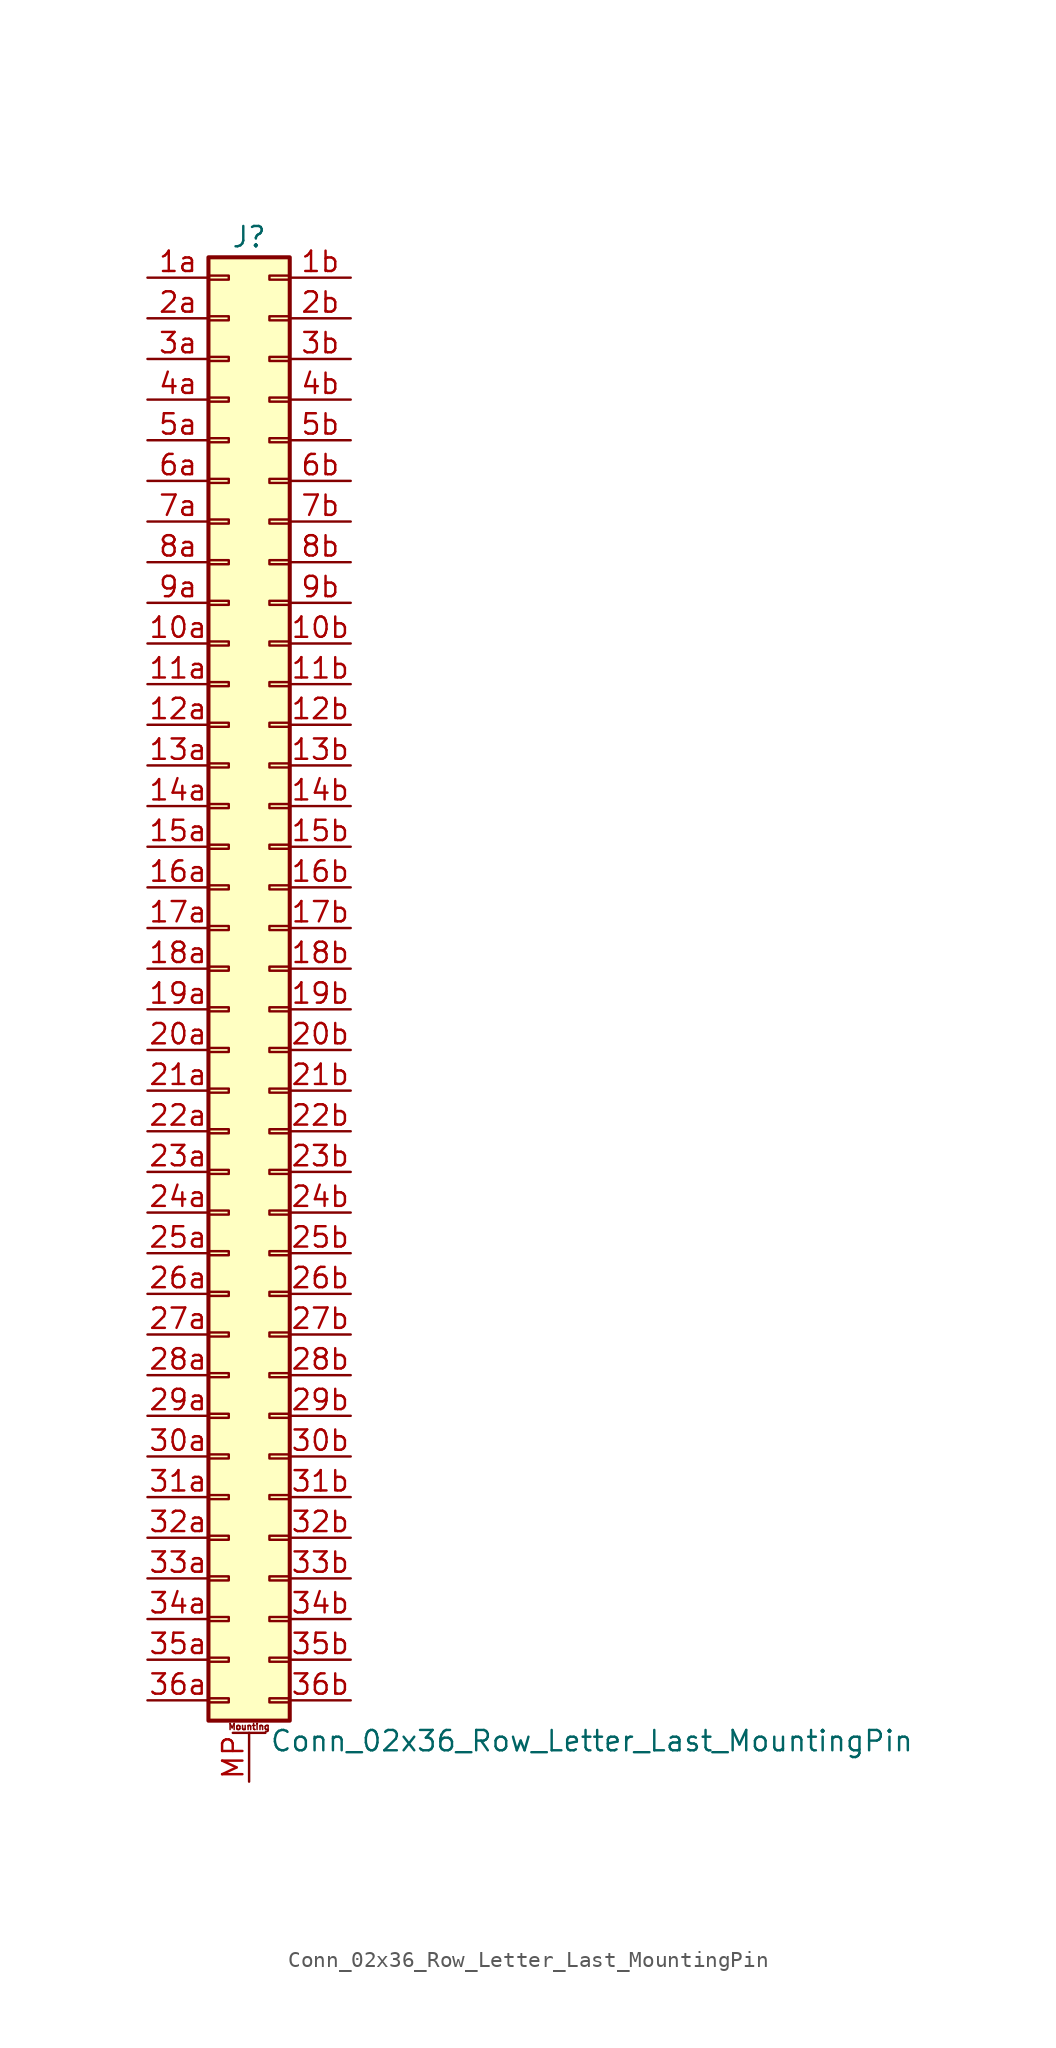
<source format=kicad_sym>
(kicad_symbol_lib
  (version 20201005)
  (generator kicad_symbol_editor)
  (symbol "Conn_02x36_Row_Letter_Last_MountingPin"
    (pin_names
      (offset 1.016) hide)
    (property "Reference" "J"
      (at 1.27 45.72 0)
      (effects (font (size 1.27 1.27))))
    (property "Value" "Conn_02x36_Row_Letter_Last_MountingPin"
      (at 2.54 -48.26 0)
      (effects (font (size 1.27 1.27)) (justify left)))
    (symbol "Conn_02x36_Row_Letter_Last_MountingPin_1_1"
      (text "Mounting" (at 1.27 -47.371 0) (effects (font (size 0.381 0.381))))
      (rectangle (start -1.27 -45.593) (end 0 -45.847) (stroke (width 0.152)) (fill (type none)))
      (rectangle (start -1.27 -43.053) (end 0 -43.307) (stroke (width 0.152)) (fill (type none)))
      (rectangle (start -1.27 -40.513) (end 0 -40.767) (stroke (width 0.152)) (fill (type none)))
      (rectangle (start -1.27 -37.973) (end 0 -38.227) (stroke (width 0.152)) (fill (type none)))
      (rectangle (start -1.27 -35.433) (end 0 -35.687) (stroke (width 0.152)) (fill (type none)))
      (rectangle (start -1.27 -32.893) (end 0 -33.147) (stroke (width 0.152)) (fill (type none)))
      (rectangle (start -1.27 -30.353) (end 0 -30.607) (stroke (width 0.152)) (fill (type none)))
      (rectangle (start -1.27 -27.813) (end 0 -28.067) (stroke (width 0.152)) (fill (type none)))
      (rectangle (start -1.27 -25.273) (end 0 -25.527) (stroke (width 0.152)) (fill (type none)))
      (rectangle (start -1.27 -22.733) (end 0 -22.987) (stroke (width 0.152)) (fill (type none)))
      (rectangle (start -1.27 -20.193) (end 0 -20.447) (stroke (width 0.152)) (fill (type none)))
      (rectangle (start -1.27 -17.653) (end 0 -17.907) (stroke (width 0.152)) (fill (type none)))
      (rectangle (start -1.27 -15.113) (end 0 -15.367) (stroke (width 0.152)) (fill (type none)))
      (rectangle (start -1.27 -12.573) (end 0 -12.827) (stroke (width 0.152)) (fill (type none)))
      (rectangle (start -1.27 -10.033) (end 0 -10.287) (stroke (width 0.152)) (fill (type none)))
      (rectangle (start -1.27 -7.493) (end 0 -7.747) (stroke (width 0.152)) (fill (type none)))
      (rectangle (start -1.27 -4.953) (end 0 -5.207) (stroke (width 0.152)) (fill (type none)))
      (rectangle (start -1.27 -2.413) (end 0 -2.667) (stroke (width 0.152)) (fill (type none)))
      (rectangle (start -1.27 0.127) (end 0 -0.127) (stroke (width 0.152)) (fill (type none)))
      (rectangle (start -1.27 2.667) (end 0 2.413) (stroke (width 0.152)) (fill (type none)))
      (rectangle (start -1.27 5.207) (end 0 4.953) (stroke (width 0.152)) (fill (type none)))
      (rectangle (start -1.27 7.747) (end 0 7.493) (stroke (width 0.152)) (fill (type none)))
      (rectangle (start -1.27 10.287) (end 0 10.033) (stroke (width 0.152)) (fill (type none)))
      (rectangle (start -1.27 12.827) (end 0 12.573) (stroke (width 0.152)) (fill (type none)))
      (rectangle (start -1.27 15.367) (end 0 15.113) (stroke (width 0.152)) (fill (type none)))
      (rectangle (start -1.27 17.907) (end 0 17.653) (stroke (width 0.152)) (fill (type none)))
      (rectangle (start -1.27 20.447) (end 0 20.193) (stroke (width 0.152)) (fill (type none)))
      (rectangle (start -1.27 22.987) (end 0 22.733) (stroke (width 0.152)) (fill (type none)))
      (rectangle (start -1.27 25.527) (end 0 25.273) (stroke (width 0.152)) (fill (type none)))
      (rectangle (start -1.27 28.067) (end 0 27.813) (stroke (width 0.152)) (fill (type none)))
      (rectangle (start -1.27 30.607) (end 0 30.353) (stroke (width 0.152)) (fill (type none)))
      (rectangle (start -1.27 33.147) (end 0 32.893) (stroke (width 0.152)) (fill (type none)))
      (rectangle (start -1.27 35.687) (end 0 35.433) (stroke (width 0.152)) (fill (type none)))
      (rectangle (start -1.27 38.227) (end 0 37.973) (stroke (width 0.152)) (fill (type none)))
      (rectangle (start -1.27 40.767) (end 0 40.513) (stroke (width 0.152)) (fill (type none)))
      (rectangle (start -1.27 43.307) (end 0 43.053) (stroke (width 0.152)) (fill (type none)))
      (rectangle (start 3.81 -45.593) (end 2.54 -45.847) (stroke (width 0.152)) (fill (type none)))
      (rectangle (start 3.81 -43.053) (end 2.54 -43.307) (stroke (width 0.152)) (fill (type none)))
      (rectangle (start 3.81 -40.513) (end 2.54 -40.767) (stroke (width 0.152)) (fill (type none)))
      (rectangle (start 3.81 -37.973) (end 2.54 -38.227) (stroke (width 0.152)) (fill (type none)))
      (rectangle (start 3.81 -35.433) (end 2.54 -35.687) (stroke (width 0.152)) (fill (type none)))
      (rectangle (start 3.81 -32.893) (end 2.54 -33.147) (stroke (width 0.152)) (fill (type none)))
      (rectangle (start 3.81 -30.353) (end 2.54 -30.607) (stroke (width 0.152)) (fill (type none)))
      (rectangle (start 3.81 -27.813) (end 2.54 -28.067) (stroke (width 0.152)) (fill (type none)))
      (rectangle (start 3.81 -25.273) (end 2.54 -25.527) (stroke (width 0.152)) (fill (type none)))
      (rectangle (start 3.81 -22.733) (end 2.54 -22.987) (stroke (width 0.152)) (fill (type none)))
      (rectangle (start 3.81 -20.193) (end 2.54 -20.447) (stroke (width 0.152)) (fill (type none)))
      (rectangle (start 3.81 -17.653) (end 2.54 -17.907) (stroke (width 0.152)) (fill (type none)))
      (rectangle (start 3.81 -15.113) (end 2.54 -15.367) (stroke (width 0.152)) (fill (type none)))
      (rectangle (start 3.81 -12.573) (end 2.54 -12.827) (stroke (width 0.152)) (fill (type none)))
      (rectangle (start 3.81 -10.033) (end 2.54 -10.287) (stroke (width 0.152)) (fill (type none)))
      (rectangle (start 3.81 -7.493) (end 2.54 -7.747) (stroke (width 0.152)) (fill (type none)))
      (rectangle (start 3.81 -4.953) (end 2.54 -5.207) (stroke (width 0.152)) (fill (type none)))
      (rectangle (start 3.81 -2.413) (end 2.54 -2.667) (stroke (width 0.152)) (fill (type none)))
      (rectangle (start 3.81 0.127) (end 2.54 -0.127) (stroke (width 0.152)) (fill (type none)))
      (rectangle (start 3.81 2.667) (end 2.54 2.413) (stroke (width 0.152)) (fill (type none)))
      (rectangle (start 3.81 5.207) (end 2.54 4.953) (stroke (width 0.152)) (fill (type none)))
      (rectangle (start 3.81 7.747) (end 2.54 7.493) (stroke (width 0.152)) (fill (type none)))
      (rectangle (start 3.81 10.287) (end 2.54 10.033) (stroke (width 0.152)) (fill (type none)))
      (rectangle (start 3.81 12.827) (end 2.54 12.573) (stroke (width 0.152)) (fill (type none)))
      (rectangle (start 3.81 15.367) (end 2.54 15.113) (stroke (width 0.152)) (fill (type none)))
      (rectangle (start 3.81 17.907) (end 2.54 17.653) (stroke (width 0.152)) (fill (type none)))
      (rectangle (start 3.81 20.447) (end 2.54 20.193) (stroke (width 0.152)) (fill (type none)))
      (rectangle (start 3.81 22.987) (end 2.54 22.733) (stroke (width 0.152)) (fill (type none)))
      (rectangle (start 3.81 25.527) (end 2.54 25.273) (stroke (width 0.152)) (fill (type none)))
      (rectangle (start 3.81 28.067) (end 2.54 27.813) (stroke (width 0.152)) (fill (type none)))
      (rectangle (start 3.81 30.607) (end 2.54 30.353) (stroke (width 0.152)) (fill (type none)))
      (rectangle (start 3.81 33.147) (end 2.54 32.893) (stroke (width 0.152)) (fill (type none)))
      (rectangle (start 3.81 35.687) (end 2.54 35.433) (stroke (width 0.152)) (fill (type none)))
      (rectangle (start 3.81 38.227) (end 2.54 37.973) (stroke (width 0.152)) (fill (type none)))
      (rectangle (start 3.81 40.767) (end 2.54 40.513) (stroke (width 0.152)) (fill (type none)))
      (rectangle (start 3.81 43.307) (end 2.54 43.053) (stroke (width 0.152)) (fill (type none)))
      (rectangle (start -1.27 44.45) (end 3.81 -46.99) (stroke (width 0.254)) (fill (type background)))
      (polyline (pts (xy 0.254 -47.752) (xy 2.286 -47.752)) (stroke (width 0.152)) (fill (type none)))
      (pin passive line (at -5.08 20.32 0) (length 3.81) (name "Pin_10a" (effects (font (size 1.27 1.27)))) (number "10a" (effects (font (size 1.27 1.27)))))
      (pin passive line (at 7.62 20.32 180) (length 3.81) (name "Pin_10b" (effects (font (size 1.27 1.27)))) (number "10b" (effects (font (size 1.27 1.27)))))
      (pin passive line (at -5.08 17.78 0) (length 3.81) (name "Pin_11a" (effects (font (size 1.27 1.27)))) (number "11a" (effects (font (size 1.27 1.27)))))
      (pin passive line (at 7.62 17.78 180) (length 3.81) (name "Pin_11b" (effects (font (size 1.27 1.27)))) (number "11b" (effects (font (size 1.27 1.27)))))
      (pin passive line (at -5.08 15.24 0) (length 3.81) (name "Pin_12a" (effects (font (size 1.27 1.27)))) (number "12a" (effects (font (size 1.27 1.27)))))
      (pin passive line (at 7.62 15.24 180) (length 3.81) (name "Pin_12b" (effects (font (size 1.27 1.27)))) (number "12b" (effects (font (size 1.27 1.27)))))
      (pin passive line (at -5.08 12.7 0) (length 3.81) (name "Pin_13a" (effects (font (size 1.27 1.27)))) (number "13a" (effects (font (size 1.27 1.27)))))
      (pin passive line (at 7.62 12.7 180) (length 3.81) (name "Pin_13b" (effects (font (size 1.27 1.27)))) (number "13b" (effects (font (size 1.27 1.27)))))
      (pin passive line (at -5.08 10.16 0) (length 3.81) (name "Pin_14a" (effects (font (size 1.27 1.27)))) (number "14a" (effects (font (size 1.27 1.27)))))
      (pin passive line (at 7.62 10.16 180) (length 3.81) (name "Pin_14b" (effects (font (size 1.27 1.27)))) (number "14b" (effects (font (size 1.27 1.27)))))
      (pin passive line (at -5.08 7.62 0) (length 3.81) (name "Pin_15a" (effects (font (size 1.27 1.27)))) (number "15a" (effects (font (size 1.27 1.27)))))
      (pin passive line (at 7.62 7.62 180) (length 3.81) (name "Pin_15b" (effects (font (size 1.27 1.27)))) (number "15b" (effects (font (size 1.27 1.27)))))
      (pin passive line (at -5.08 5.08 0) (length 3.81) (name "Pin_16a" (effects (font (size 1.27 1.27)))) (number "16a" (effects (font (size 1.27 1.27)))))
      (pin passive line (at 7.62 5.08 180) (length 3.81) (name "Pin_16b" (effects (font (size 1.27 1.27)))) (number "16b" (effects (font (size 1.27 1.27)))))
      (pin passive line (at -5.08 2.54 0) (length 3.81) (name "Pin_17a" (effects (font (size 1.27 1.27)))) (number "17a" (effects (font (size 1.27 1.27)))))
      (pin passive line (at 7.62 2.54 180) (length 3.81) (name "Pin_17b" (effects (font (size 1.27 1.27)))) (number "17b" (effects (font (size 1.27 1.27)))))
      (pin passive line (at -5.08 0 0) (length 3.81) (name "Pin_18a" (effects (font (size 1.27 1.27)))) (number "18a" (effects (font (size 1.27 1.27)))))
      (pin passive line (at 7.62 0 180) (length 3.81) (name "Pin_18b" (effects (font (size 1.27 1.27)))) (number "18b" (effects (font (size 1.27 1.27)))))
      (pin passive line (at -5.08 -2.54 0) (length 3.81) (name "Pin_19a" (effects (font (size 1.27 1.27)))) (number "19a" (effects (font (size 1.27 1.27)))))
      (pin passive line (at 7.62 -2.54 180) (length 3.81) (name "Pin_19b" (effects (font (size 1.27 1.27)))) (number "19b" (effects (font (size 1.27 1.27)))))
      (pin passive line (at -5.08 43.18 0) (length 3.81) (name "Pin_1a" (effects (font (size 1.27 1.27)))) (number "1a" (effects (font (size 1.27 1.27)))))
      (pin passive line (at 7.62 43.18 180) (length 3.81) (name "Pin_1b" (effects (font (size 1.27 1.27)))) (number "1b" (effects (font (size 1.27 1.27)))))
      (pin passive line (at -5.08 -5.08 0) (length 3.81) (name "Pin_20a" (effects (font (size 1.27 1.27)))) (number "20a" (effects (font (size 1.27 1.27)))))
      (pin passive line (at 7.62 -5.08 180) (length 3.81) (name "Pin_20b" (effects (font (size 1.27 1.27)))) (number "20b" (effects (font (size 1.27 1.27)))))
      (pin passive line (at -5.08 -7.62 0) (length 3.81) (name "Pin_21a" (effects (font (size 1.27 1.27)))) (number "21a" (effects (font (size 1.27 1.27)))))
      (pin passive line (at 7.62 -7.62 180) (length 3.81) (name "Pin_21b" (effects (font (size 1.27 1.27)))) (number "21b" (effects (font (size 1.27 1.27)))))
      (pin passive line (at -5.08 -10.16 0) (length 3.81) (name "Pin_22a" (effects (font (size 1.27 1.27)))) (number "22a" (effects (font (size 1.27 1.27)))))
      (pin passive line (at 7.62 -10.16 180) (length 3.81) (name "Pin_22b" (effects (font (size 1.27 1.27)))) (number "22b" (effects (font (size 1.27 1.27)))))
      (pin passive line (at -5.08 -12.7 0) (length 3.81) (name "Pin_23a" (effects (font (size 1.27 1.27)))) (number "23a" (effects (font (size 1.27 1.27)))))
      (pin passive line (at 7.62 -12.7 180) (length 3.81) (name "Pin_23b" (effects (font (size 1.27 1.27)))) (number "23b" (effects (font (size 1.27 1.27)))))
      (pin passive line (at -5.08 -15.24 0) (length 3.81) (name "Pin_24a" (effects (font (size 1.27 1.27)))) (number "24a" (effects (font (size 1.27 1.27)))))
      (pin passive line (at 7.62 -15.24 180) (length 3.81) (name "Pin_24b" (effects (font (size 1.27 1.27)))) (number "24b" (effects (font (size 1.27 1.27)))))
      (pin passive line (at -5.08 -17.78 0) (length 3.81) (name "Pin_25a" (effects (font (size 1.27 1.27)))) (number "25a" (effects (font (size 1.27 1.27)))))
      (pin passive line (at 7.62 -17.78 180) (length 3.81) (name "Pin_25b" (effects (font (size 1.27 1.27)))) (number "25b" (effects (font (size 1.27 1.27)))))
      (pin passive line (at -5.08 -20.32 0) (length 3.81) (name "Pin_26a" (effects (font (size 1.27 1.27)))) (number "26a" (effects (font (size 1.27 1.27)))))
      (pin passive line (at 7.62 -20.32 180) (length 3.81) (name "Pin_26b" (effects (font (size 1.27 1.27)))) (number "26b" (effects (font (size 1.27 1.27)))))
      (pin passive line (at -5.08 -22.86 0) (length 3.81) (name "Pin_27a" (effects (font (size 1.27 1.27)))) (number "27a" (effects (font (size 1.27 1.27)))))
      (pin passive line (at 7.62 -22.86 180) (length 3.81) (name "Pin_27b" (effects (font (size 1.27 1.27)))) (number "27b" (effects (font (size 1.27 1.27)))))
      (pin passive line (at -5.08 -25.4 0) (length 3.81) (name "Pin_28a" (effects (font (size 1.27 1.27)))) (number "28a" (effects (font (size 1.27 1.27)))))
      (pin passive line (at 7.62 -25.4 180) (length 3.81) (name "Pin_28b" (effects (font (size 1.27 1.27)))) (number "28b" (effects (font (size 1.27 1.27)))))
      (pin passive line (at -5.08 -27.94 0) (length 3.81) (name "Pin_29a" (effects (font (size 1.27 1.27)))) (number "29a" (effects (font (size 1.27 1.27)))))
      (pin passive line (at 7.62 -27.94 180) (length 3.81) (name "Pin_29b" (effects (font (size 1.27 1.27)))) (number "29b" (effects (font (size 1.27 1.27)))))
      (pin passive line (at -5.08 40.64 0) (length 3.81) (name "Pin_2a" (effects (font (size 1.27 1.27)))) (number "2a" (effects (font (size 1.27 1.27)))))
      (pin passive line (at 7.62 40.64 180) (length 3.81) (name "Pin_2b" (effects (font (size 1.27 1.27)))) (number "2b" (effects (font (size 1.27 1.27)))))
      (pin passive line (at -5.08 -30.48 0) (length 3.81) (name "Pin_30a" (effects (font (size 1.27 1.27)))) (number "30a" (effects (font (size 1.27 1.27)))))
      (pin passive line (at 7.62 -30.48 180) (length 3.81) (name "Pin_30b" (effects (font (size 1.27 1.27)))) (number "30b" (effects (font (size 1.27 1.27)))))
      (pin passive line (at -5.08 -33.02 0) (length 3.81) (name "Pin_31a" (effects (font (size 1.27 1.27)))) (number "31a" (effects (font (size 1.27 1.27)))))
      (pin passive line (at 7.62 -33.02 180) (length 3.81) (name "Pin_31b" (effects (font (size 1.27 1.27)))) (number "31b" (effects (font (size 1.27 1.27)))))
      (pin passive line (at -5.08 -35.56 0) (length 3.81) (name "Pin_32a" (effects (font (size 1.27 1.27)))) (number "32a" (effects (font (size 1.27 1.27)))))
      (pin passive line (at 7.62 -35.56 180) (length 3.81) (name "Pin_32b" (effects (font (size 1.27 1.27)))) (number "32b" (effects (font (size 1.27 1.27)))))
      (pin passive line (at -5.08 -38.1 0) (length 3.81) (name "Pin_33a" (effects (font (size 1.27 1.27)))) (number "33a" (effects (font (size 1.27 1.27)))))
      (pin passive line (at 7.62 -38.1 180) (length 3.81) (name "Pin_33b" (effects (font (size 1.27 1.27)))) (number "33b" (effects (font (size 1.27 1.27)))))
      (pin passive line (at -5.08 -40.64 0) (length 3.81) (name "Pin_34a" (effects (font (size 1.27 1.27)))) (number "34a" (effects (font (size 1.27 1.27)))))
      (pin passive line (at 7.62 -40.64 180) (length 3.81) (name "Pin_34b" (effects (font (size 1.27 1.27)))) (number "34b" (effects (font (size 1.27 1.27)))))
      (pin passive line (at -5.08 -43.18 0) (length 3.81) (name "Pin_35a" (effects (font (size 1.27 1.27)))) (number "35a" (effects (font (size 1.27 1.27)))))
      (pin passive line (at 7.62 -43.18 180) (length 3.81) (name "Pin_35b" (effects (font (size 1.27 1.27)))) (number "35b" (effects (font (size 1.27 1.27)))))
      (pin passive line (at -5.08 -45.72 0) (length 3.81) (name "Pin_36a" (effects (font (size 1.27 1.27)))) (number "36a" (effects (font (size 1.27 1.27)))))
      (pin passive line (at 7.62 -45.72 180) (length 3.81) (name "Pin_36b" (effects (font (size 1.27 1.27)))) (number "36b" (effects (font (size 1.27 1.27)))))
      (pin passive line (at -5.08 38.1 0) (length 3.81) (name "Pin_3a" (effects (font (size 1.27 1.27)))) (number "3a" (effects (font (size 1.27 1.27)))))
      (pin passive line (at 7.62 38.1 180) (length 3.81) (name "Pin_3b" (effects (font (size 1.27 1.27)))) (number "3b" (effects (font (size 1.27 1.27)))))
      (pin passive line (at -5.08 35.56 0) (length 3.81) (name "Pin_4a" (effects (font (size 1.27 1.27)))) (number "4a" (effects (font (size 1.27 1.27)))))
      (pin passive line (at 7.62 35.56 180) (length 3.81) (name "Pin_4b" (effects (font (size 1.27 1.27)))) (number "4b" (effects (font (size 1.27 1.27)))))
      (pin passive line (at -5.08 33.02 0) (length 3.81) (name "Pin_5a" (effects (font (size 1.27 1.27)))) (number "5a" (effects (font (size 1.27 1.27)))))
      (pin passive line (at 7.62 33.02 180) (length 3.81) (name "Pin_5b" (effects (font (size 1.27 1.27)))) (number "5b" (effects (font (size 1.27 1.27)))))
      (pin passive line (at -5.08 30.48 0) (length 3.81) (name "Pin_6a" (effects (font (size 1.27 1.27)))) (number "6a" (effects (font (size 1.27 1.27)))))
      (pin passive line (at 7.62 30.48 180) (length 3.81) (name "Pin_6b" (effects (font (size 1.27 1.27)))) (number "6b" (effects (font (size 1.27 1.27)))))
      (pin passive line (at -5.08 27.94 0) (length 3.81) (name "Pin_7a" (effects (font (size 1.27 1.27)))) (number "7a" (effects (font (size 1.27 1.27)))))
      (pin passive line (at 7.62 27.94 180) (length 3.81) (name "Pin_7b" (effects (font (size 1.27 1.27)))) (number "7b" (effects (font (size 1.27 1.27)))))
      (pin passive line (at -5.08 25.4 0) (length 3.81) (name "Pin_8a" (effects (font (size 1.27 1.27)))) (number "8a" (effects (font (size 1.27 1.27)))))
      (pin passive line (at 7.62 25.4 180) (length 3.81) (name "Pin_8b" (effects (font (size 1.27 1.27)))) (number "8b" (effects (font (size 1.27 1.27)))))
      (pin passive line (at -5.08 22.86 0) (length 3.81) (name "Pin_9a" (effects (font (size 1.27 1.27)))) (number "9a" (effects (font (size 1.27 1.27)))))
      (pin passive line (at 7.62 22.86 180) (length 3.81) (name "Pin_9b" (effects (font (size 1.27 1.27)))) (number "9b" (effects (font (size 1.27 1.27)))))
      (pin passive line (at 1.27 -50.8 90) (length 3.048) (name "MountPin" (effects (font (size 1.27 1.27)))) (number "MP" (effects (font (size 1.27 1.27))))))))
</source>
